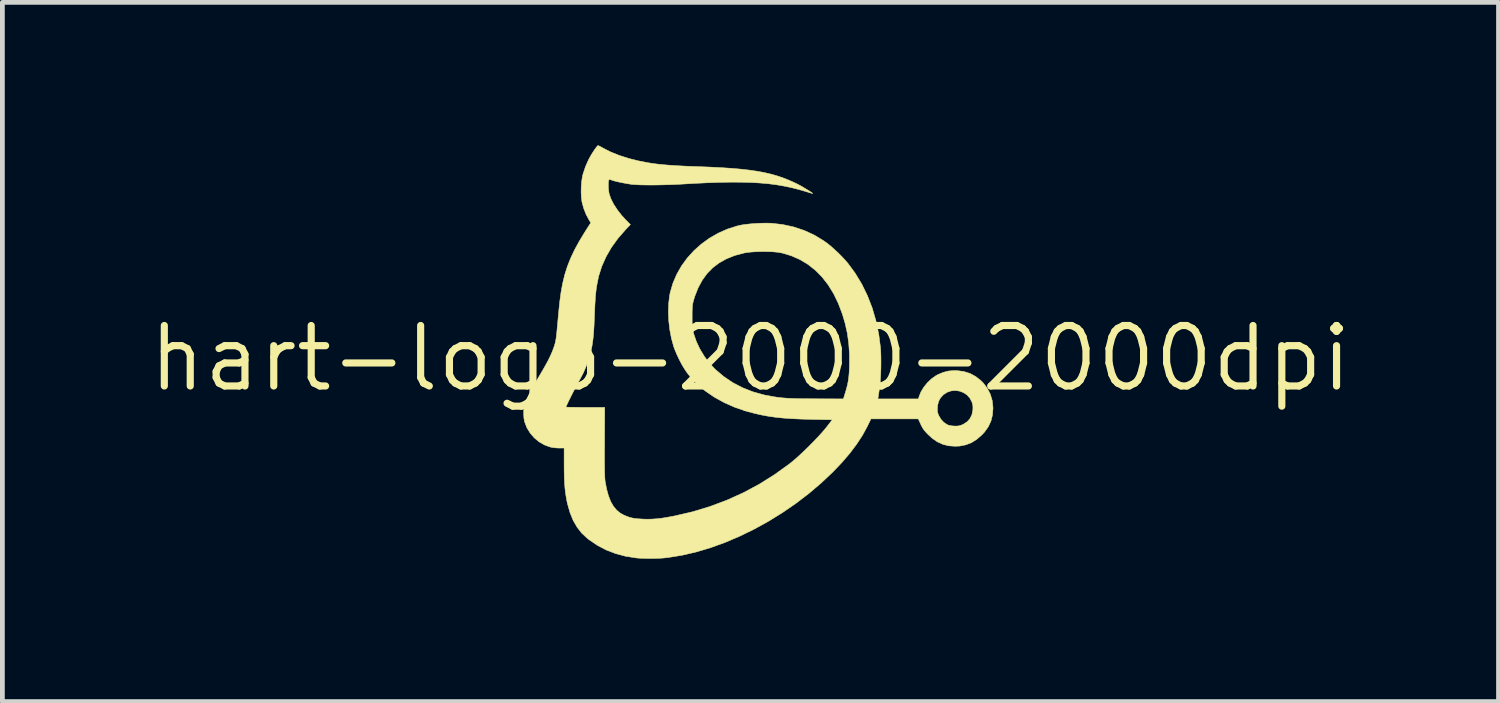
<source format=kicad_pcb>
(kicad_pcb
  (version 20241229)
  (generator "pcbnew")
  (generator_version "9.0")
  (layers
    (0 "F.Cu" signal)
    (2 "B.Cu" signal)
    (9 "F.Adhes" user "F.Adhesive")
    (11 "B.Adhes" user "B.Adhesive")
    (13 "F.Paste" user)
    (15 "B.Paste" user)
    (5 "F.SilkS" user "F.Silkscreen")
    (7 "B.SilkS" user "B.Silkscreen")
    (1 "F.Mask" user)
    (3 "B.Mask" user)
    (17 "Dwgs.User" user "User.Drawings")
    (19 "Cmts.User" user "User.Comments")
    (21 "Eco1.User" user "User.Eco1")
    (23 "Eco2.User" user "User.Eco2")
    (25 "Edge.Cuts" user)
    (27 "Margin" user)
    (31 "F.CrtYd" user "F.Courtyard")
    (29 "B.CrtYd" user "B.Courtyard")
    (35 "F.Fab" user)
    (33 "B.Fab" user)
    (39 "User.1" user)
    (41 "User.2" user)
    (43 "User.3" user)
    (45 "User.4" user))
  (footprint "hart-logo-2000-2000dpi"
    (layer "F.Cu")
    (at 12.707 4.475)
    (property "Reference" "hart-logo-2000-2000dpi" (at 0 0 0) (layer "F.SilkS") (effects (font (size 1.27 1.27) (thickness 0.15))))
    (attr through_hole)
    (fp_poly (pts (xy -3.185 -4.464) (xy -3.154 -4.449) (xy -3.113 -4.426) (xy -3.101 -4.419) (xy -2.943 -4.338) (xy -2.763 -4.265) (xy -2.566 -4.201) (xy -2.355 -4.148) (xy -2.133 -4.105) (xy -1.988 -4.084) (xy -1.891 -4.073) (xy -1.786 -4.063) (xy -1.671 -4.054) (xy -1.543 -4.046) (xy -1.397 -4.038) (xy -1.232 -4.031) (xy -1.086 -4.026) (xy -0.831 -4.016) (xy -0.6 -4.004) (xy -0.389 -3.99) (xy -0.197 -3.973) (xy -0.023 -3.953) (xy 0.138 -3.93) (xy 0.285 -3.903) (xy 0.423 -3.871) (xy 0.552 -3.835) (xy 0.676 -3.794) (xy 0.795 -3.747) (xy 0.913 -3.695) (xy 0.984 -3.661) (xy 1.03 -3.637) (xy 1.084 -3.607) (xy 1.139 -3.574) (xy 1.194 -3.541) (xy 1.242 -3.511) (xy 1.28 -3.486) (xy 1.303 -3.469) (xy 1.308 -3.463) (xy 1.297 -3.464) (xy 1.266 -3.472) (xy 1.221 -3.485) (xy 1.175 -3.5) (xy 1.024 -3.544) (xy 0.872 -3.583) (xy 0.716 -3.616) (xy 0.554 -3.644) (xy 0.385 -3.666) (xy 0.206 -3.682) (xy 0.015 -3.693) (xy -0.189 -3.699) (xy -0.409 -3.7) (xy -0.646 -3.696) (xy -0.903 -3.687) (xy -1.181 -3.674) (xy -1.384 -3.662) (xy -1.526 -3.654) (xy -1.671 -3.648) (xy -1.815 -3.644) (xy -1.956 -3.641) (xy -2.09 -3.64) (xy -2.214 -3.641) (xy -2.323 -3.643) (xy -2.415 -3.648) (xy -2.486 -3.653) (xy -2.502 -3.655) (xy -2.589 -3.669) (xy -2.677 -3.685) (xy -2.76 -3.702) (xy -2.833 -3.719) (xy -2.89 -3.735) (xy -2.913 -3.743) (xy -2.945 -3.755) (xy -2.963 -3.755) (xy -2.973 -3.745) (xy -2.98 -3.72) (xy -2.983 -3.677) (xy -2.984 -3.622) (xy -2.981 -3.563) (xy -2.975 -3.507) (xy -2.967 -3.46) (xy -2.966 -3.454) (xy -2.928 -3.348) (xy -2.87 -3.234) (xy -2.793 -3.117) (xy -2.702 -3) (xy -2.616 -2.907) (xy -2.52 -2.81) (xy -2.62 -2.705) (xy -2.782 -2.519) (xy -2.919 -2.329) (xy -3.032 -2.133) (xy -3.122 -1.931) (xy -3.188 -1.722) (xy -3.231 -1.505) (xy -3.231 -1.503) (xy -3.239 -1.445) (xy -3.245 -1.391) (xy -3.251 -1.336) (xy -3.256 -1.277) (xy -3.26 -1.209) (xy -3.265 -1.129) (xy -3.269 -1.033) (xy -3.274 -0.918) (xy -3.277 -0.845) (xy -3.283 -0.694) (xy -3.291 -0.564) (xy -3.3 -0.452) (xy -3.312 -0.353) (xy -3.326 -0.262) (xy -3.343 -0.176) (xy -3.365 -0.09) (xy -3.39 -0.001) (xy -3.392 0.002) (xy -3.443 0.153) (xy -3.505 0.297) (xy -3.581 0.443) (xy -3.602 0.479) (xy -3.626 0.523) (xy -3.656 0.579) (xy -3.69 0.644) (xy -3.726 0.714) (xy -3.762 0.785) (xy -3.796 0.853) (xy -3.826 0.915) (xy -3.85 0.966) (xy -3.867 1.003) (xy -3.873 1.021) (xy -3.873 1.022) (xy -3.861 1.024) (xy -3.827 1.025) (xy -3.773 1.026) (xy -3.702 1.027) (xy -3.619 1.028) (xy -3.524 1.029) (xy -3.467 1.029) (xy -3.06 1.029) (xy -3.063 1.749) (xy -3.064 1.92) (xy -3.064 2.066) (xy -3.064 2.191) (xy -3.063 2.296) (xy -3.062 2.382) (xy -3.06 2.452) (xy -3.057 2.508) (xy -3.054 2.55) (xy -3.051 2.578) (xy -3.02 2.743) (xy -2.981 2.885) (xy -2.934 3.005) (xy -2.876 3.106) (xy -2.809 3.187) (xy -2.73 3.251) (xy -2.667 3.286) (xy -2.593 3.318) (xy -2.523 3.342) (xy -2.449 3.358) (xy -2.364 3.368) (xy -2.261 3.374) (xy -2.253 3.375) (xy -2.153 3.377) (xy -2.057 3.374) (xy -1.961 3.367) (xy -1.857 3.355) (xy -1.742 3.336) (xy -1.608 3.311) (xy -1.587 3.307) (xy -1.212 3.22) (xy -0.847 3.109) (xy -0.492 2.976) (xy -0.147 2.82) (xy 0.185 2.642) (xy 0.506 2.441) (xy 0.813 2.22) (xy 0.862 2.181) (xy 0.939 2.117) (xy 1.027 2.038) (xy 1.122 1.949) (xy 1.221 1.853) (xy 1.318 1.755) (xy 1.411 1.658) (xy 1.495 1.566) (xy 1.566 1.484) (xy 1.605 1.435) (xy 1.718 1.289) (xy 1.281 1.281) (xy 1.066 1.275) (xy 0.872 1.266) (xy 0.696 1.254) (xy 0.534 1.237) (xy 0.382 1.216) (xy 0.236 1.189) (xy 0.093 1.157) (xy -0.051 1.119) (xy -0.105 1.103) (xy -0.16 1.084) (xy 3.925 1.084) (xy 3.928 1.125) (xy 3.939 1.162) (xy 3.957 1.205) (xy 4.002 1.281) (xy 4.062 1.345) (xy 4.13 1.39) (xy 4.157 1.402) (xy 4.198 1.412) (xy 4.252 1.419) (xy 4.3 1.421) (xy 4.356 1.42) (xy 4.399 1.412) (xy 4.443 1.395) (xy 4.468 1.384) (xy 4.55 1.331) (xy 4.61 1.265) (xy 4.65 1.184) (xy 4.669 1.089) (xy 4.671 1.073) (xy 4.672 1.012) (xy 4.664 0.961) (xy 4.649 0.912) (xy 4.606 0.832) (xy 4.547 0.767) (xy 4.474 0.719) (xy 4.394 0.688) (xy 4.308 0.675) (xy 4.222 0.681) (xy 4.138 0.708) (xy 4.063 0.755) (xy 4.04 0.775) (xy 3.985 0.838) (xy 3.95 0.906) (xy 3.931 0.986) (xy 3.927 1.03) (xy 3.925 1.084) (xy -0.16 1.084) (xy -0.336 1.024) (xy -0.554 0.927) (xy -0.757 0.815) (xy -0.943 0.688) (xy -1.111 0.546) (xy -1.258 0.393) (xy -1.328 0.305) (xy -1.381 0.227) (xy -1.438 0.133) (xy -1.493 0.028) (xy -1.544 -0.079) (xy -1.587 -0.181) (xy -1.612 -0.25) (xy -1.659 -0.422) (xy -1.694 -0.604) (xy -1.715 -0.79) (xy -1.719 -0.876) (xy -1.224 -0.876) (xy -1.224 -0.79) (xy -1.223 -0.724) (xy -1.22 -0.672) (xy -1.215 -0.629) (xy -1.208 -0.588) (xy -1.198 -0.545) (xy -1.19 -0.514) (xy -1.136 -0.355) (xy -1.061 -0.196) (xy -0.968 -0.042) (xy -0.86 0.101) (xy -0.742 0.227) (xy -0.739 0.23) (xy -0.562 0.38) (xy -0.371 0.509) (xy -0.166 0.616) (xy 0.053 0.702) (xy 0.285 0.767) (xy 0.494 0.806) (xy 0.562 0.816) (xy 0.628 0.824) (xy 0.695 0.831) (xy 0.765 0.836) (xy 0.842 0.84) (xy 0.928 0.843) (xy 1.028 0.846) (xy 1.144 0.847) (xy 1.279 0.848) (xy 1.423 0.849) (xy 1.952 0.851) (xy 1.992 0.721) (xy 2.018 0.632) (xy 2.038 0.554) (xy 2.053 0.479) (xy 2.064 0.401) (xy 2.072 0.313) (xy 2.077 0.211) (xy 2.079 0.145) (xy 2.079 -0.093) (xy 2.064 -0.316) (xy 2.034 -0.53) (xy 1.987 -0.74) (xy 1.931 -0.928) (xy 1.846 -1.153) (xy 1.747 -1.358) (xy 1.633 -1.543) (xy 1.505 -1.707) (xy 1.364 -1.85) (xy 1.209 -1.973) (xy 1.041 -2.074) (xy 0.86 -2.154) (xy 0.666 -2.212) (xy 0.635 -2.218) (xy 0.56 -2.23) (xy 0.467 -2.238) (xy 0.361 -2.242) (xy 0.248 -2.243) (xy 0.135 -2.24) (xy 0.028 -2.234) (xy -0.066 -2.224) (xy -0.136 -2.212) (xy -0.328 -2.161) (xy -0.5 -2.092) (xy -0.654 -2.007) (xy -0.79 -1.904) (xy -0.909 -1.783) (xy -1.011 -1.643) (xy -1.097 -1.484) (xy -1.168 -1.304) (xy -1.197 -1.207) (xy -1.207 -1.168) (xy -1.215 -1.129) (xy -1.219 -1.085) (xy -1.222 -1.031) (xy -1.224 -0.961) (xy -1.224 -0.876) (xy -1.719 -0.876) (xy -1.723 -0.974) (xy -1.717 -1.151) (xy -1.698 -1.316) (xy -1.684 -1.386) (xy -1.627 -1.58) (xy -1.547 -1.766) (xy -1.446 -1.943) (xy -1.325 -2.109) (xy -1.186 -2.262) (xy -1.031 -2.4) (xy -0.862 -2.523) (xy -0.679 -2.628) (xy -0.486 -2.714) (xy -0.283 -2.779) (xy -0.218 -2.795) (xy -0.149 -2.807) (xy -0.061 -2.818) (xy 0.039 -2.828) (xy 0.145 -2.835) (xy 0.25 -2.839) (xy 0.347 -2.84) (xy 0.43 -2.838) (xy 0.438 -2.838) (xy 0.678 -2.81) (xy 0.908 -2.76) (xy 1.128 -2.687) (xy 1.337 -2.591) (xy 1.534 -2.472) (xy 1.603 -2.423) (xy 1.673 -2.368) (xy 1.752 -2.299) (xy 1.836 -2.221) (xy 1.917 -2.14) (xy 1.99 -2.062) (xy 2.044 -2) (xy 2.2 -1.788) (xy 2.338 -1.56) (xy 2.457 -1.316) (xy 2.557 -1.058) (xy 2.636 -0.787) (xy 2.695 -0.505) (xy 2.731 -0.224) (xy 2.737 -0.139) (xy 2.74 -0.037) (xy 2.741 0.076) (xy 2.74 0.195) (xy 2.736 0.313) (xy 2.73 0.425) (xy 2.723 0.524) (xy 2.714 0.605) (xy 2.712 0.616) (xy 2.703 0.677) (xy 2.694 0.735) (xy 2.687 0.781) (xy 2.684 0.797) (xy 2.676 0.851) (xy 3.527 0.851) (xy 3.543 0.797) (xy 3.582 0.7) (xy 3.642 0.602) (xy 3.717 0.51) (xy 3.803 0.428) (xy 3.895 0.363) (xy 3.937 0.34) (xy 4.047 0.294) (xy 4.153 0.266) (xy 4.266 0.256) (xy 4.337 0.257) (xy 4.479 0.275) (xy 4.61 0.316) (xy 4.73 0.381) (xy 4.841 0.468) (xy 4.889 0.517) (xy 4.973 0.627) (xy 5.036 0.75) (xy 5.076 0.882) (xy 5.092 1.023) (xy 5.093 1.05) (xy 5.082 1.19) (xy 5.05 1.317) (xy 4.995 1.435) (xy 4.916 1.546) (xy 4.859 1.607) (xy 4.751 1.701) (xy 4.64 1.77) (xy 4.521 1.816) (xy 4.394 1.841) (xy 4.299 1.845) (xy 4.164 1.836) (xy 4.04 1.805) (xy 3.926 1.753) (xy 3.817 1.678) (xy 3.734 1.602) (xy 3.682 1.548) (xy 3.644 1.503) (xy 3.615 1.459) (xy 3.588 1.41) (xy 3.575 1.381) (xy 3.524 1.27) (xy 3.028 1.27) (xy 2.531 1.27) (xy 2.455 1.426) (xy 2.354 1.613) (xy 2.231 1.801) (xy 2.088 1.991) (xy 1.921 2.186) (xy 1.731 2.385) (xy 1.728 2.388) (xy 1.482 2.62) (xy 1.222 2.841) (xy 0.949 3.049) (xy 0.665 3.244) (xy 0.373 3.424) (xy 0.075 3.588) (xy -0.227 3.735) (xy -0.532 3.865) (xy -0.836 3.975) (xy -1.138 4.065) (xy -1.435 4.134) (xy -1.726 4.181) (xy -1.814 4.191) (xy -1.899 4.197) (xy -1.999 4.2) (xy -2.106 4.202) (xy -2.212 4.2) (xy -2.31 4.197) (xy -2.391 4.191) (xy -2.4 4.19) (xy -2.625 4.154) (xy -2.834 4.098) (xy -3.029 4.023) (xy -3.212 3.927) (xy -3.385 3.81) (xy -3.429 3.775) (xy -3.543 3.669) (xy -3.64 3.544) (xy -3.722 3.402) (xy -3.788 3.24) (xy -3.84 3.058) (xy -3.854 2.994) (xy -3.871 2.9) (xy -3.885 2.81) (xy -3.895 2.717) (xy -3.903 2.618) (xy -3.908 2.509) (xy -3.911 2.383) (xy -3.912 2.238) (xy -3.912 2.222) (xy -3.912 1.882) (xy -4.016 1.883) (xy -4.079 1.88) (xy -4.145 1.873) (xy -4.201 1.862) (xy -4.202 1.862) (xy -4.324 1.818) (xy -4.437 1.753) (xy -4.538 1.669) (xy -4.624 1.57) (xy -4.692 1.46) (xy -4.739 1.34) (xy -4.744 1.325) (xy -4.756 1.256) (xy -4.761 1.174) (xy -4.761 1.091) (xy -4.753 1.016) (xy -4.748 0.993) (xy -4.731 0.937) (xy -4.7 0.864) (xy -4.657 0.774) (xy -4.604 0.671) (xy -4.542 0.557) (xy -4.471 0.435) (xy -4.462 0.419) (xy -4.394 0.304) (xy -4.338 0.208) (xy -4.292 0.126) (xy -4.254 0.056) (xy -4.223 -0.006) (xy -4.196 -0.062) (xy -4.172 -0.117) (xy -4.155 -0.159) (xy -4.134 -0.214) (xy -4.117 -0.263) (xy -4.103 -0.309) (xy -4.092 -0.357) (xy -4.082 -0.411) (xy -4.074 -0.476) (xy -4.065 -0.555) (xy -4.056 -0.653) (xy -4.051 -0.705) (xy -4.042 -0.802) (xy -4.033 -0.904) (xy -4.023 -1.003) (xy -4.014 -1.091) (xy -4.007 -1.163) (xy -4.006 -1.175) (xy -3.978 -1.382) (xy -3.943 -1.575) (xy -3.899 -1.756) (xy -3.844 -1.93) (xy -3.776 -2.102) (xy -3.694 -2.276) (xy -3.596 -2.456) (xy -3.481 -2.646) (xy -3.433 -2.722) (xy -3.352 -2.847) (xy -3.396 -2.919) (xy -3.453 -3.028) (xy -3.501 -3.151) (xy -3.535 -3.276) (xy -3.538 -3.289) (xy -3.55 -3.381) (xy -3.555 -3.489) (xy -3.553 -3.603) (xy -3.544 -3.716) (xy -3.528 -3.818) (xy -3.515 -3.873) (xy -3.462 -4.03) (xy -3.397 -4.175) (xy -3.349 -4.263) (xy -3.311 -4.324) (xy -3.275 -4.379) (xy -3.242 -4.424) (xy -3.217 -4.456) (xy -3.201 -4.47) (xy -3.199 -4.47) (xy -3.185 -4.464)) (stroke (width 0.01) (type solid)) (fill yes) (layer "F.SilkS")))
  (gr_rect
    (start -3 -3)
    (end 28.415 11.682)
    (stroke (width 0.1) (type default))
    (fill no)
    (layer "Edge.Cuts")))
</source>
